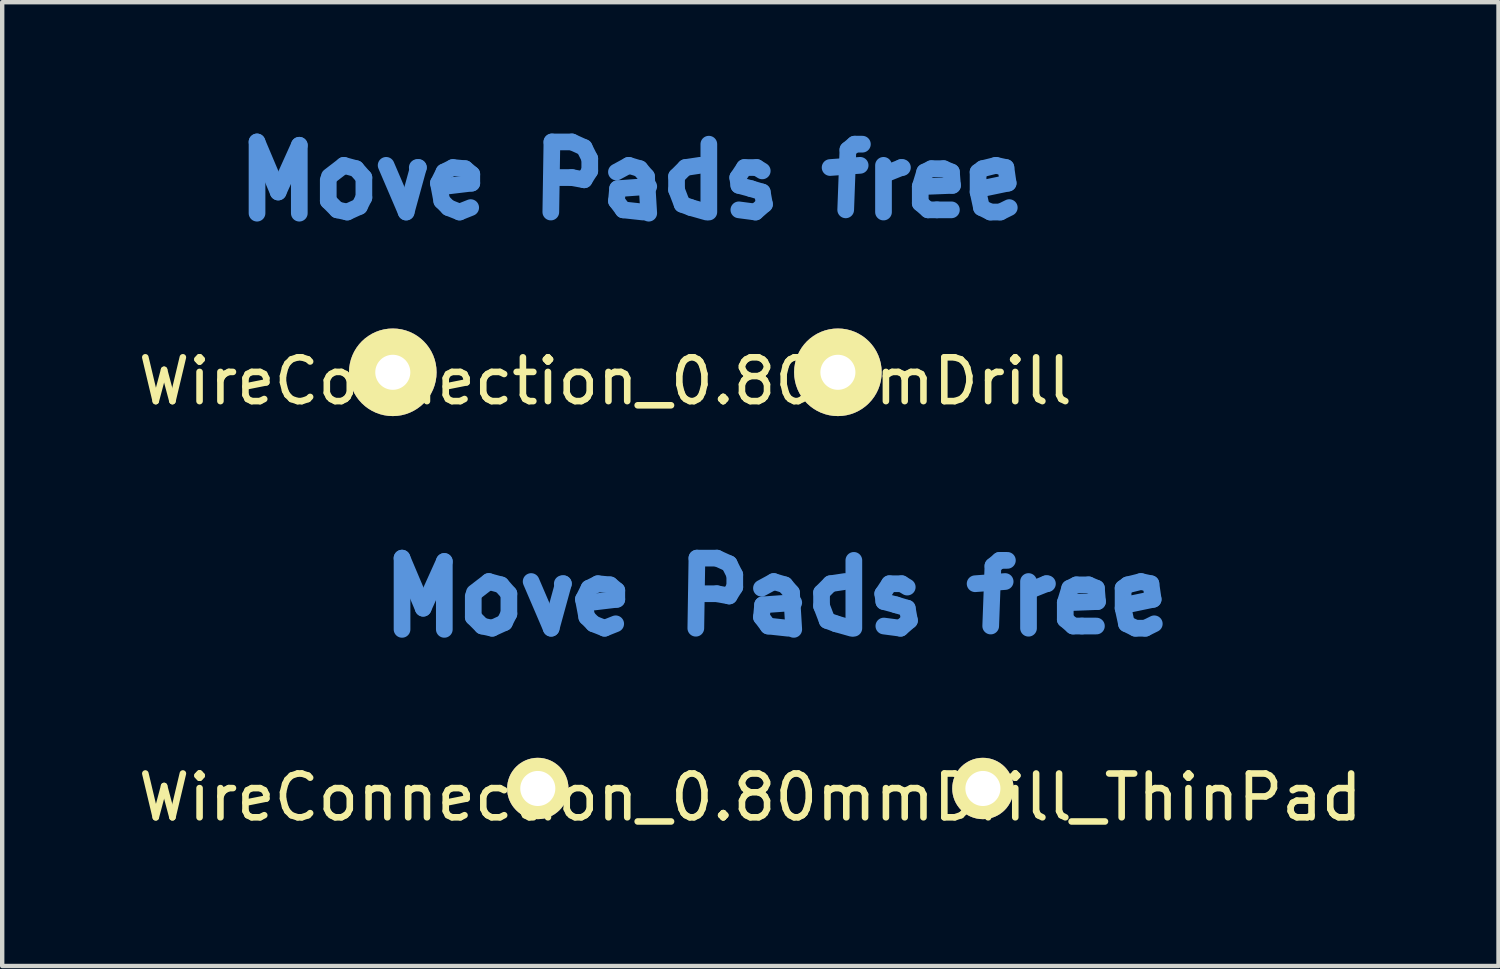
<source format=kicad_pcb>
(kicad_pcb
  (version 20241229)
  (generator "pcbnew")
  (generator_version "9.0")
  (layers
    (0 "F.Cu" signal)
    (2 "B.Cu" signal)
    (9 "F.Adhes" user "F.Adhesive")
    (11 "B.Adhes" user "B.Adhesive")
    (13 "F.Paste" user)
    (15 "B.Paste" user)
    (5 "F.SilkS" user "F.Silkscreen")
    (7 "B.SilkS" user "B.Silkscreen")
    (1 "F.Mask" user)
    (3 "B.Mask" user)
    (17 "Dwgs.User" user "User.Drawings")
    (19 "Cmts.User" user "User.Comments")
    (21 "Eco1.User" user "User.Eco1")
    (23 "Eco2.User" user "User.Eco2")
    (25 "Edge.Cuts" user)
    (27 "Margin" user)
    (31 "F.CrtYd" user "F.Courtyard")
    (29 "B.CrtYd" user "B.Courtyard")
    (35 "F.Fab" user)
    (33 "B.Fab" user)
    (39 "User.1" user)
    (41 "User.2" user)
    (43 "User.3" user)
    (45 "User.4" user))
  (footprint "WireConnection_0.80mmDrill_ThinPad"
    (layer "F.Cu")
    (at 9.226 14.948)
    (property "Reference" "WireConnection_0.80mmDrill_ThinPad" (at 4.851 0.203 0) (layer "F.SilkS") (effects (font (size 1 1) (thickness 0.15))))
    (attr through_hole)
    (fp_line (start -3.099 -5.258) (end -2.616 -4.115) (stroke (width 0.381) (type solid)) (layer "Cmts.User"))
    (fp_line (start -3.099 -3.632) (end -3.099 -5.258) (stroke (width 0.381) (type solid)) (layer "Cmts.User"))
    (fp_line (start -2.616 -4.115) (end -2.134 -5.182) (stroke (width 0.381) (type solid)) (layer "Cmts.User"))
    (fp_line (start -2.134 -5.182) (end -2.134 -3.632) (stroke (width 0.381) (type solid)) (layer "Cmts.User"))
    (fp_line (start -1.473 -4.394) (end -1.473 -3.912) (stroke (width 0.381) (type solid)) (layer "Cmts.User"))
    (fp_line (start -1.473 -3.912) (end -1.27 -3.708) (stroke (width 0.381) (type solid)) (layer "Cmts.User"))
    (fp_line (start -1.27 -3.708) (end -1.041 -3.658) (stroke (width 0.381) (type solid)) (layer "Cmts.User"))
    (fp_line (start -1.118 -4.724) (end -1.448 -4.47) (stroke (width 0.381) (type solid)) (layer "Cmts.User"))
    (fp_line (start -1.041 -3.658) (end -0.762 -3.785) (stroke (width 0.381) (type solid)) (layer "Cmts.User"))
    (fp_line (start -0.838 -4.648) (end -1.118 -4.724) (stroke (width 0.381) (type solid)) (layer "Cmts.User"))
    (fp_line (start -0.762 -3.785) (end -0.66 -3.988) (stroke (width 0.381) (type solid)) (layer "Cmts.User"))
    (fp_line (start -0.66 -4.445) (end -0.838 -4.648) (stroke (width 0.381) (type solid)) (layer "Cmts.User"))
    (fp_line (start -0.66 -3.988) (end -0.66 -4.445) (stroke (width 0.381) (type solid)) (layer "Cmts.User"))
    (fp_line (start -0.152 -4.724) (end 0.305 -3.658) (stroke (width 0.381) (type solid)) (layer "Cmts.User"))
    (fp_line (start 0.305 -3.658) (end 0.584 -4.674) (stroke (width 0.381) (type solid)) (layer "Cmts.User"))
    (fp_line (start 0.584 -4.674) (end 0.559 -4.674) (stroke (width 0.381) (type solid)) (layer "Cmts.User"))
    (fp_line (start 1.041 -4.318) (end 1.168 -4.572) (stroke (width 0.381) (type solid)) (layer "Cmts.User"))
    (fp_line (start 1.118 -3.912) (end 1.041 -4.318) (stroke (width 0.381) (type solid)) (layer "Cmts.User"))
    (fp_line (start 1.168 -4.572) (end 1.372 -4.674) (stroke (width 0.381) (type solid)) (layer "Cmts.User"))
    (fp_line (start 1.27 -3.759) (end 1.118 -3.912) (stroke (width 0.381) (type solid)) (layer "Cmts.User"))
    (fp_line (start 1.372 -4.674) (end 1.651 -4.648) (stroke (width 0.381) (type solid)) (layer "Cmts.User"))
    (fp_line (start 1.524 -3.658) (end 1.27 -3.759) (stroke (width 0.381) (type solid)) (layer "Cmts.User"))
    (fp_line (start 1.651 -4.648) (end 1.803 -4.521) (stroke (width 0.381) (type solid)) (layer "Cmts.User"))
    (fp_line (start 1.778 -3.759) (end 1.524 -3.658) (stroke (width 0.381) (type solid)) (layer "Cmts.User"))
    (fp_line (start 1.803 -4.521) (end 1.803 -4.318) (stroke (width 0.381) (type solid)) (layer "Cmts.User"))
    (fp_line (start 1.803 -4.318) (end 1.168 -4.242) (stroke (width 0.381) (type solid)) (layer "Cmts.User"))
    (fp_line (start 3.607 -3.658) (end 3.632 -5.258) (stroke (width 0.381) (type solid)) (layer "Cmts.User"))
    (fp_line (start 3.632 -5.258) (end 4.089 -5.258) (stroke (width 0.381) (type solid)) (layer "Cmts.User"))
    (fp_line (start 4.089 -5.258) (end 4.369 -5.131) (stroke (width 0.381) (type solid)) (layer "Cmts.User"))
    (fp_line (start 4.089 -4.445) (end 3.632 -4.445) (stroke (width 0.381) (type solid)) (layer "Cmts.User"))
    (fp_line (start 4.369 -5.131) (end 4.496 -4.877) (stroke (width 0.381) (type solid)) (layer "Cmts.User"))
    (fp_line (start 4.369 -4.394) (end 4.089 -4.445) (stroke (width 0.381) (type solid)) (layer "Cmts.User"))
    (fp_line (start 4.496 -4.877) (end 4.496 -4.597) (stroke (width 0.381) (type solid)) (layer "Cmts.User"))
    (fp_line (start 4.496 -4.597) (end 4.369 -4.394) (stroke (width 0.381) (type solid)) (layer "Cmts.User"))
    (fp_line (start 5.105 -4.572) (end 5.385 -4.724) (stroke (width 0.381) (type solid)) (layer "Cmts.User"))
    (fp_line (start 5.105 -3.912) (end 5.131 -4.191) (stroke (width 0.381) (type solid)) (layer "Cmts.User"))
    (fp_line (start 5.131 -4.191) (end 5.842 -4.242) (stroke (width 0.381) (type solid)) (layer "Cmts.User"))
    (fp_line (start 5.258 -3.708) (end 5.105 -3.912) (stroke (width 0.381) (type solid)) (layer "Cmts.User"))
    (fp_line (start 5.385 -4.724) (end 5.639 -4.648) (stroke (width 0.381) (type solid)) (layer "Cmts.User"))
    (fp_line (start 5.639 -4.648) (end 5.791 -4.47) (stroke (width 0.381) (type solid)) (layer "Cmts.User"))
    (fp_line (start 5.715 -3.658) (end 5.258 -3.708) (stroke (width 0.381) (type solid)) (layer "Cmts.User"))
    (fp_line (start 5.791 -4.47) (end 5.842 -3.632) (stroke (width 0.381) (type solid)) (layer "Cmts.User"))
    (fp_line (start 6.477 -4.47) (end 6.68 -4.674) (stroke (width 0.381) (type solid)) (layer "Cmts.User"))
    (fp_line (start 6.477 -4.166) (end 6.477 -4.47) (stroke (width 0.381) (type solid)) (layer "Cmts.User"))
    (fp_line (start 6.604 -3.835) (end 6.477 -4.166) (stroke (width 0.381) (type solid)) (layer "Cmts.User"))
    (fp_line (start 6.68 -4.674) (end 7.01 -4.724) (stroke (width 0.381) (type solid)) (layer "Cmts.User"))
    (fp_line (start 6.807 -3.759) (end 6.604 -3.835) (stroke (width 0.381) (type solid)) (layer "Cmts.User"))
    (fp_line (start 7.163 -3.658) (end 6.807 -3.759) (stroke (width 0.381) (type solid)) (layer "Cmts.User"))
    (fp_line (start 7.214 -5.207) (end 7.214 -3.658) (stroke (width 0.381) (type solid)) (layer "Cmts.User"))
    (fp_line (start 7.874 -4.445) (end 7.899 -4.267) (stroke (width 0.381) (type solid)) (layer "Cmts.User"))
    (fp_line (start 7.899 -4.267) (end 8.179 -4.191) (stroke (width 0.381) (type solid)) (layer "Cmts.User"))
    (fp_line (start 8.026 -4.674) (end 7.874 -4.445) (stroke (width 0.381) (type solid)) (layer "Cmts.User"))
    (fp_line (start 8.179 -4.191) (end 8.433 -4.115) (stroke (width 0.381) (type solid)) (layer "Cmts.User"))
    (fp_line (start 8.28 -3.658) (end 7.899 -3.708) (stroke (width 0.381) (type solid)) (layer "Cmts.User"))
    (fp_line (start 8.306 -4.674) (end 8.026 -4.674) (stroke (width 0.381) (type solid)) (layer "Cmts.User"))
    (fp_line (start 8.433 -4.597) (end 8.306 -4.674) (stroke (width 0.381) (type solid)) (layer "Cmts.User"))
    (fp_line (start 8.433 -4.115) (end 8.484 -3.835) (stroke (width 0.381) (type solid)) (layer "Cmts.User"))
    (fp_line (start 8.484 -3.835) (end 8.28 -3.658) (stroke (width 0.381) (type solid)) (layer "Cmts.User"))
    (fp_line (start 9.982 -4.674) (end 10.668 -4.724) (stroke (width 0.381) (type solid)) (layer "Cmts.User"))
    (fp_line (start 10.389 -5.08) (end 10.338 -3.708) (stroke (width 0.381) (type solid)) (layer "Cmts.User"))
    (fp_line (start 10.541 -5.207) (end 10.389 -5.08) (stroke (width 0.381) (type solid)) (layer "Cmts.User"))
    (fp_line (start 10.719 -5.207) (end 10.541 -5.207) (stroke (width 0.381) (type solid)) (layer "Cmts.User"))
    (fp_line (start 11.201 -4.724) (end 11.201 -3.658) (stroke (width 0.381) (type solid)) (layer "Cmts.User"))
    (fp_line (start 11.227 -4.521) (end 11.608 -4.674) (stroke (width 0.381) (type solid)) (layer "Cmts.User"))
    (fp_line (start 11.608 -4.674) (end 11.633 -4.674) (stroke (width 0.381) (type solid)) (layer "Cmts.User"))
    (fp_line (start 12.04 -4.242) (end 12.141 -4.572) (stroke (width 0.381) (type solid)) (layer "Cmts.User"))
    (fp_line (start 12.04 -3.861) (end 12.04 -4.242) (stroke (width 0.381) (type solid)) (layer "Cmts.User"))
    (fp_line (start 12.141 -4.572) (end 12.294 -4.648) (stroke (width 0.381) (type solid)) (layer "Cmts.User"))
    (fp_line (start 12.217 -3.708) (end 12.04 -3.861) (stroke (width 0.381) (type solid)) (layer "Cmts.User"))
    (fp_line (start 12.294 -4.648) (end 12.573 -4.648) (stroke (width 0.381) (type solid)) (layer "Cmts.User"))
    (fp_line (start 12.421 -3.708) (end 12.217 -3.708) (stroke (width 0.381) (type solid)) (layer "Cmts.User"))
    (fp_line (start 12.573 -4.648) (end 12.751 -4.572) (stroke (width 0.381) (type solid)) (layer "Cmts.User"))
    (fp_line (start 12.751 -4.572) (end 12.776 -4.267) (stroke (width 0.381) (type solid)) (layer "Cmts.User"))
    (fp_line (start 12.751 -3.708) (end 12.421 -3.708) (stroke (width 0.381) (type solid)) (layer "Cmts.User"))
    (fp_line (start 12.776 -4.267) (end 12.141 -4.242) (stroke (width 0.381) (type solid)) (layer "Cmts.User"))
    (fp_line (start 13.36 -4.572) (end 13.462 -4.648) (stroke (width 0.381) (type solid)) (layer "Cmts.User"))
    (fp_line (start 13.36 -4.115) (end 13.36 -4.572) (stroke (width 0.381) (type solid)) (layer "Cmts.User"))
    (fp_line (start 13.437 -4.191) (end 13.437 -4.242) (stroke (width 0.381) (type solid)) (layer "Cmts.User"))
    (fp_line (start 13.437 -3.759) (end 13.36 -4.115) (stroke (width 0.381) (type solid)) (layer "Cmts.User"))
    (fp_line (start 13.462 -4.648) (end 13.767 -4.724) (stroke (width 0.381) (type solid)) (layer "Cmts.User"))
    (fp_line (start 13.64 -3.658) (end 13.437 -3.759) (stroke (width 0.381) (type solid)) (layer "Cmts.User"))
    (fp_line (start 13.767 -4.724) (end 13.995 -4.674) (stroke (width 0.381) (type solid)) (layer "Cmts.User"))
    (fp_line (start 13.868 -3.658) (end 13.64 -3.658) (stroke (width 0.381) (type solid)) (layer "Cmts.User"))
    (fp_line (start 13.995 -4.674) (end 14.046 -4.318) (stroke (width 0.381) (type solid)) (layer "Cmts.User"))
    (fp_line (start 14.046 -4.318) (end 13.437 -4.191) (stroke (width 0.381) (type solid)) (layer "Cmts.User"))
    (fp_line (start 14.072 -3.759) (end 13.868 -3.658) (stroke (width 0.381) (type solid)) (layer "Cmts.User"))
    (pad "1" thru_hole circle (at 0 0) (size 1.4 1.4) (drill 0.8) (layers "*.Cu" "*.Mask" "F.SilkS"))
    (pad "2" thru_hole circle (at 10.16 0) (size 1.4 1.4) (drill 0.8) (layers "*.Cu" "*.Mask" "F.SilkS")))
  (footprint "WireConnection_0.80mmDrill"
    (layer "F.Cu")
    (at 5.916 5.448)
    (property "Reference" "WireConnection_0.80mmDrill" (at 4.851 0.203 0) (layer "F.SilkS") (effects (font (size 1 1) (thickness 0.15))))
    (attr through_hole)
    (fp_line (start -3.099 -5.258) (end -2.616 -4.115) (stroke (width 0.381) (type solid)) (layer "Cmts.User"))
    (fp_line (start -3.099 -3.632) (end -3.099 -5.258) (stroke (width 0.381) (type solid)) (layer "Cmts.User"))
    (fp_line (start -2.616 -4.115) (end -2.134 -5.182) (stroke (width 0.381) (type solid)) (layer "Cmts.User"))
    (fp_line (start -2.134 -5.182) (end -2.134 -3.632) (stroke (width 0.381) (type solid)) (layer "Cmts.User"))
    (fp_line (start -1.473 -4.394) (end -1.473 -3.912) (stroke (width 0.381) (type solid)) (layer "Cmts.User"))
    (fp_line (start -1.473 -3.912) (end -1.27 -3.708) (stroke (width 0.381) (type solid)) (layer "Cmts.User"))
    (fp_line (start -1.27 -3.708) (end -1.041 -3.658) (stroke (width 0.381) (type solid)) (layer "Cmts.User"))
    (fp_line (start -1.118 -4.724) (end -1.448 -4.47) (stroke (width 0.381) (type solid)) (layer "Cmts.User"))
    (fp_line (start -1.041 -3.658) (end -0.762 -3.785) (stroke (width 0.381) (type solid)) (layer "Cmts.User"))
    (fp_line (start -0.838 -4.648) (end -1.118 -4.724) (stroke (width 0.381) (type solid)) (layer "Cmts.User"))
    (fp_line (start -0.762 -3.785) (end -0.66 -3.988) (stroke (width 0.381) (type solid)) (layer "Cmts.User"))
    (fp_line (start -0.66 -4.445) (end -0.838 -4.648) (stroke (width 0.381) (type solid)) (layer "Cmts.User"))
    (fp_line (start -0.66 -3.988) (end -0.66 -4.445) (stroke (width 0.381) (type solid)) (layer "Cmts.User"))
    (fp_line (start -0.152 -4.724) (end 0.305 -3.658) (stroke (width 0.381) (type solid)) (layer "Cmts.User"))
    (fp_line (start 0.305 -3.658) (end 0.584 -4.674) (stroke (width 0.381) (type solid)) (layer "Cmts.User"))
    (fp_line (start 0.584 -4.674) (end 0.559 -4.674) (stroke (width 0.381) (type solid)) (layer "Cmts.User"))
    (fp_line (start 1.041 -4.318) (end 1.168 -4.572) (stroke (width 0.381) (type solid)) (layer "Cmts.User"))
    (fp_line (start 1.118 -3.912) (end 1.041 -4.318) (stroke (width 0.381) (type solid)) (layer "Cmts.User"))
    (fp_line (start 1.168 -4.572) (end 1.372 -4.674) (stroke (width 0.381) (type solid)) (layer "Cmts.User"))
    (fp_line (start 1.27 -3.759) (end 1.118 -3.912) (stroke (width 0.381) (type solid)) (layer "Cmts.User"))
    (fp_line (start 1.372 -4.674) (end 1.651 -4.648) (stroke (width 0.381) (type solid)) (layer "Cmts.User"))
    (fp_line (start 1.524 -3.658) (end 1.27 -3.759) (stroke (width 0.381) (type solid)) (layer "Cmts.User"))
    (fp_line (start 1.651 -4.648) (end 1.803 -4.521) (stroke (width 0.381) (type solid)) (layer "Cmts.User"))
    (fp_line (start 1.778 -3.759) (end 1.524 -3.658) (stroke (width 0.381) (type solid)) (layer "Cmts.User"))
    (fp_line (start 1.803 -4.521) (end 1.803 -4.318) (stroke (width 0.381) (type solid)) (layer "Cmts.User"))
    (fp_line (start 1.803 -4.318) (end 1.168 -4.242) (stroke (width 0.381) (type solid)) (layer "Cmts.User"))
    (fp_line (start 3.607 -3.658) (end 3.632 -5.258) (stroke (width 0.381) (type solid)) (layer "Cmts.User"))
    (fp_line (start 3.632 -5.258) (end 4.089 -5.258) (stroke (width 0.381) (type solid)) (layer "Cmts.User"))
    (fp_line (start 4.089 -5.258) (end 4.369 -5.131) (stroke (width 0.381) (type solid)) (layer "Cmts.User"))
    (fp_line (start 4.089 -4.445) (end 3.632 -4.445) (stroke (width 0.381) (type solid)) (layer "Cmts.User"))
    (fp_line (start 4.369 -5.131) (end 4.496 -4.877) (stroke (width 0.381) (type solid)) (layer "Cmts.User"))
    (fp_line (start 4.369 -4.394) (end 4.089 -4.445) (stroke (width 0.381) (type solid)) (layer "Cmts.User"))
    (fp_line (start 4.496 -4.877) (end 4.496 -4.597) (stroke (width 0.381) (type solid)) (layer "Cmts.User"))
    (fp_line (start 4.496 -4.597) (end 4.369 -4.394) (stroke (width 0.381) (type solid)) (layer "Cmts.User"))
    (fp_line (start 5.105 -4.572) (end 5.385 -4.724) (stroke (width 0.381) (type solid)) (layer "Cmts.User"))
    (fp_line (start 5.105 -3.912) (end 5.131 -4.191) (stroke (width 0.381) (type solid)) (layer "Cmts.User"))
    (fp_line (start 5.131 -4.191) (end 5.842 -4.242) (stroke (width 0.381) (type solid)) (layer "Cmts.User"))
    (fp_line (start 5.258 -3.708) (end 5.105 -3.912) (stroke (width 0.381) (type solid)) (layer "Cmts.User"))
    (fp_line (start 5.385 -4.724) (end 5.639 -4.648) (stroke (width 0.381) (type solid)) (layer "Cmts.User"))
    (fp_line (start 5.639 -4.648) (end 5.791 -4.47) (stroke (width 0.381) (type solid)) (layer "Cmts.User"))
    (fp_line (start 5.715 -3.658) (end 5.258 -3.708) (stroke (width 0.381) (type solid)) (layer "Cmts.User"))
    (fp_line (start 5.791 -4.47) (end 5.842 -3.632) (stroke (width 0.381) (type solid)) (layer "Cmts.User"))
    (fp_line (start 6.477 -4.47) (end 6.68 -4.674) (stroke (width 0.381) (type solid)) (layer "Cmts.User"))
    (fp_line (start 6.477 -4.166) (end 6.477 -4.47) (stroke (width 0.381) (type solid)) (layer "Cmts.User"))
    (fp_line (start 6.604 -3.835) (end 6.477 -4.166) (stroke (width 0.381) (type solid)) (layer "Cmts.User"))
    (fp_line (start 6.68 -4.674) (end 7.01 -4.724) (stroke (width 0.381) (type solid)) (layer "Cmts.User"))
    (fp_line (start 6.807 -3.759) (end 6.604 -3.835) (stroke (width 0.381) (type solid)) (layer "Cmts.User"))
    (fp_line (start 7.163 -3.658) (end 6.807 -3.759) (stroke (width 0.381) (type solid)) (layer "Cmts.User"))
    (fp_line (start 7.214 -5.207) (end 7.214 -3.658) (stroke (width 0.381) (type solid)) (layer "Cmts.User"))
    (fp_line (start 7.874 -4.445) (end 7.899 -4.267) (stroke (width 0.381) (type solid)) (layer "Cmts.User"))
    (fp_line (start 7.899 -4.267) (end 8.179 -4.191) (stroke (width 0.381) (type solid)) (layer "Cmts.User"))
    (fp_line (start 8.026 -4.674) (end 7.874 -4.445) (stroke (width 0.381) (type solid)) (layer "Cmts.User"))
    (fp_line (start 8.179 -4.191) (end 8.433 -4.115) (stroke (width 0.381) (type solid)) (layer "Cmts.User"))
    (fp_line (start 8.28 -3.658) (end 7.899 -3.708) (stroke (width 0.381) (type solid)) (layer "Cmts.User"))
    (fp_line (start 8.306 -4.674) (end 8.026 -4.674) (stroke (width 0.381) (type solid)) (layer "Cmts.User"))
    (fp_line (start 8.433 -4.597) (end 8.306 -4.674) (stroke (width 0.381) (type solid)) (layer "Cmts.User"))
    (fp_line (start 8.433 -4.115) (end 8.484 -3.835) (stroke (width 0.381) (type solid)) (layer "Cmts.User"))
    (fp_line (start 8.484 -3.835) (end 8.28 -3.658) (stroke (width 0.381) (type solid)) (layer "Cmts.User"))
    (fp_line (start 9.982 -4.674) (end 10.668 -4.724) (stroke (width 0.381) (type solid)) (layer "Cmts.User"))
    (fp_line (start 10.389 -5.08) (end 10.338 -3.708) (stroke (width 0.381) (type solid)) (layer "Cmts.User"))
    (fp_line (start 10.541 -5.207) (end 10.389 -5.08) (stroke (width 0.381) (type solid)) (layer "Cmts.User"))
    (fp_line (start 10.719 -5.207) (end 10.541 -5.207) (stroke (width 0.381) (type solid)) (layer "Cmts.User"))
    (fp_line (start 11.201 -4.724) (end 11.201 -3.658) (stroke (width 0.381) (type solid)) (layer "Cmts.User"))
    (fp_line (start 11.227 -4.521) (end 11.608 -4.674) (stroke (width 0.381) (type solid)) (layer "Cmts.User"))
    (fp_line (start 11.608 -4.674) (end 11.633 -4.674) (stroke (width 0.381) (type solid)) (layer "Cmts.User"))
    (fp_line (start 12.04 -4.242) (end 12.141 -4.572) (stroke (width 0.381) (type solid)) (layer "Cmts.User"))
    (fp_line (start 12.04 -3.861) (end 12.04 -4.242) (stroke (width 0.381) (type solid)) (layer "Cmts.User"))
    (fp_line (start 12.141 -4.572) (end 12.294 -4.648) (stroke (width 0.381) (type solid)) (layer "Cmts.User"))
    (fp_line (start 12.217 -3.708) (end 12.04 -3.861) (stroke (width 0.381) (type solid)) (layer "Cmts.User"))
    (fp_line (start 12.294 -4.648) (end 12.573 -4.648) (stroke (width 0.381) (type solid)) (layer "Cmts.User"))
    (fp_line (start 12.421 -3.708) (end 12.217 -3.708) (stroke (width 0.381) (type solid)) (layer "Cmts.User"))
    (fp_line (start 12.573 -4.648) (end 12.751 -4.572) (stroke (width 0.381) (type solid)) (layer "Cmts.User"))
    (fp_line (start 12.751 -4.572) (end 12.776 -4.267) (stroke (width 0.381) (type solid)) (layer "Cmts.User"))
    (fp_line (start 12.751 -3.708) (end 12.421 -3.708) (stroke (width 0.381) (type solid)) (layer "Cmts.User"))
    (fp_line (start 12.776 -4.267) (end 12.141 -4.242) (stroke (width 0.381) (type solid)) (layer "Cmts.User"))
    (fp_line (start 13.36 -4.572) (end 13.462 -4.648) (stroke (width 0.381) (type solid)) (layer "Cmts.User"))
    (fp_line (start 13.36 -4.115) (end 13.36 -4.572) (stroke (width 0.381) (type solid)) (layer "Cmts.User"))
    (fp_line (start 13.437 -4.191) (end 13.437 -4.242) (stroke (width 0.381) (type solid)) (layer "Cmts.User"))
    (fp_line (start 13.437 -3.759) (end 13.36 -4.115) (stroke (width 0.381) (type solid)) (layer "Cmts.User"))
    (fp_line (start 13.462 -4.648) (end 13.767 -4.724) (stroke (width 0.381) (type solid)) (layer "Cmts.User"))
    (fp_line (start 13.64 -3.658) (end 13.437 -3.759) (stroke (width 0.381) (type solid)) (layer "Cmts.User"))
    (fp_line (start 13.767 -4.724) (end 13.995 -4.674) (stroke (width 0.381) (type solid)) (layer "Cmts.User"))
    (fp_line (start 13.868 -3.658) (end 13.64 -3.658) (stroke (width 0.381) (type solid)) (layer "Cmts.User"))
    (fp_line (start 13.995 -4.674) (end 14.046 -4.318) (stroke (width 0.381) (type solid)) (layer "Cmts.User"))
    (fp_line (start 14.046 -4.318) (end 13.437 -4.191) (stroke (width 0.381) (type solid)) (layer "Cmts.User"))
    (fp_line (start 14.072 -3.759) (end 13.868 -3.658) (stroke (width 0.381) (type solid)) (layer "Cmts.User"))
    (pad "1" thru_hole circle (at 0 0) (size 1.999 1.999) (drill 0.8) (layers "*.Cu" "*.Mask" "F.SilkS"))
    (pad "2" thru_hole circle (at 10.16 0) (size 1.999 1.999) (drill 0.8) (layers "*.Cu" "*.Mask" "F.SilkS")))
  (gr_rect
    (start -3 -3)
    (end 31.155 19)
    (stroke (width 0.1) (type default))
    (fill no)
    (layer "Edge.Cuts")))
</source>
